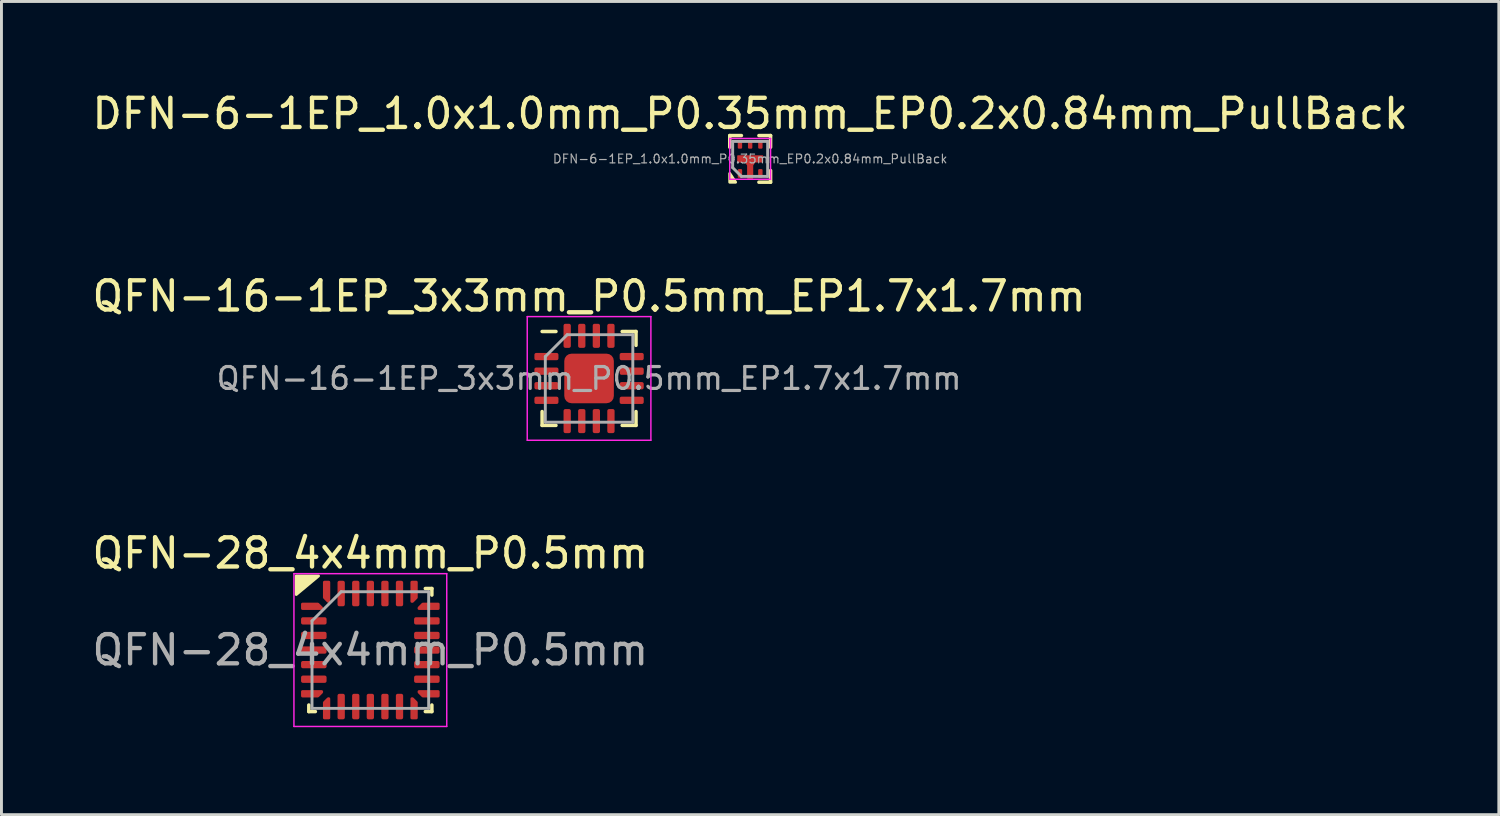
<source format=kicad_pcb>
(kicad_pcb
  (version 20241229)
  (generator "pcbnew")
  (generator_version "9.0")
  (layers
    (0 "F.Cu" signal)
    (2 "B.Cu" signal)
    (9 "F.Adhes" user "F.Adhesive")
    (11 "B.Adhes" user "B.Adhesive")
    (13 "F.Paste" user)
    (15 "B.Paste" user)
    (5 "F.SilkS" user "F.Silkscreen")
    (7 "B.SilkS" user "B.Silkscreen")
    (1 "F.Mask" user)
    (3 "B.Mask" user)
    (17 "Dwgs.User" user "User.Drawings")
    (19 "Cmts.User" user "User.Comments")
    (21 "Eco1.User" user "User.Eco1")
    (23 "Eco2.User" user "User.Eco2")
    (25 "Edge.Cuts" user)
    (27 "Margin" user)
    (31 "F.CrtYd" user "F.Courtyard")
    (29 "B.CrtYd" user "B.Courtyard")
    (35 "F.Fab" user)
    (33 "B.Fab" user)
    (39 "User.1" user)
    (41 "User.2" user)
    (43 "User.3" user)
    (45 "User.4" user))
  (footprint "QFN-28_4x4mm_P0.5mm"
    (layer "F.Cu")
    (at 9.649 19.24)
    (property "Reference" "QFN-28_4x4mm_P0.5mm" (at 0 -3.32 0) (layer "F.SilkS") (effects (font (size 1 1) (thickness 0.15))))
    (attr smd)
    (fp_line (start -2.11 2.11) (end -2.11 1.885) (stroke (width 0.12) (type solid)) (layer "F.SilkS"))
    (fp_line (start -1.885 2.11) (end -2.11 2.11) (stroke (width 0.12) (type solid)) (layer "F.SilkS"))
    (fp_line (start 1.885 -2.11) (end 2.11 -2.11) (stroke (width 0.12) (type solid)) (layer "F.SilkS"))
    (fp_line (start 1.885 2.11) (end 2.11 2.11) (stroke (width 0.12) (type solid)) (layer "F.SilkS"))
    (fp_line (start 2.11 -2.11) (end 2.11 -1.885) (stroke (width 0.12) (type solid)) (layer "F.SilkS"))
    (fp_line (start 2.11 2.11) (end 2.11 1.885) (stroke (width 0.12) (type solid)) (layer "F.SilkS"))
    (fp_poly (pts (xy -2.54 -1.905) (xy -2.54 -2.54) (xy -1.778 -2.54)) (stroke (width 0.1) (type solid)) (fill yes) (layer "F.SilkS"))
    (fp_line (start -2.62 -2.62) (end -2.62 2.62) (stroke (width 0.05) (type solid)) (layer "F.CrtYd"))
    (fp_line (start -2.62 2.62) (end 2.62 2.62) (stroke (width 0.05) (type solid)) (layer "F.CrtYd"))
    (fp_line (start 2.62 -2.62) (end -2.62 -2.62) (stroke (width 0.05) (type solid)) (layer "F.CrtYd"))
    (fp_line (start 2.62 2.62) (end 2.62 -2.62) (stroke (width 0.05) (type solid)) (layer "F.CrtYd"))
    (fp_line (start -2 -1) (end -1 -2) (stroke (width 0.1) (type solid)) (layer "F.Fab"))
    (fp_line (start -2 2) (end -2 -1) (stroke (width 0.1) (type solid)) (layer "F.Fab"))
    (fp_line (start -1 -2) (end 2 -2) (stroke (width 0.1) (type solid)) (layer "F.Fab"))
    (fp_line (start 2 -2) (end 2 2) (stroke (width 0.1) (type solid)) (layer "F.Fab"))
    (fp_line (start 2 2) (end -2 2) (stroke (width 0.1) (type solid)) (layer "F.Fab"))
    (fp_text user "${REFERENCE}" (at 0 0 0) (layer "F.Fab") (effects (font (size 1 1) (thickness 0.15))))
    (pad "1" smd custom (at -1.998 -1.5) (size 0.137 0.137) (layers "F.Cu" "F.Mask" "F.Paste") (options (anchor circle)) (primitives (gr_poly (pts (xy -0.333 -0.08) (xy 0.199 -0.08) (xy 0.333 0.054) (xy 0.333 0.08) (xy -0.333 0.08)) (width 0.09) (fill yes))))
    (pad "2" smd roundrect (at -1.938 -1) (size 0.875 0.25) (layers "F.Cu" "F.Mask" "F.Paste") (roundrect_rratio 0.25))
    (pad "3" smd roundrect (at -1.938 -0.5) (size 0.875 0.25) (layers "F.Cu" "F.Mask" "F.Paste") (roundrect_rratio 0.25))
    (pad "4" smd roundrect (at -1.938 0) (size 0.875 0.25) (layers "F.Cu" "F.Mask" "F.Paste") (roundrect_rratio 0.25))
    (pad "5" smd roundrect (at -1.938 0.5) (size 0.875 0.25) (layers "F.Cu" "F.Mask" "F.Paste") (roundrect_rratio 0.25))
    (pad "6" smd roundrect (at -1.938 1) (size 0.875 0.25) (layers "F.Cu" "F.Mask" "F.Paste") (roundrect_rratio 0.25))
    (pad "7" smd custom (at -1.998 1.5) (size 0.137 0.137) (layers "F.Cu" "F.Mask" "F.Paste") (options (anchor circle)) (primitives (gr_poly (pts (xy -0.333 -0.08) (xy 0.333 -0.08) (xy 0.333 -0.054) (xy 0.199 0.08) (xy -0.333 0.08)) (width 0.09) (fill yes))))
    (pad "8" smd custom (at -1.5 1.998) (size 0.137 0.137) (layers "F.Cu" "F.Mask" "F.Paste") (options (anchor circle)) (primitives (gr_poly (pts (xy -0.08 -0.199) (xy 0.054 -0.333) (xy 0.08 -0.333) (xy 0.08 0.333) (xy -0.08 0.333)) (width 0.09) (fill yes))))
    (pad "9" smd roundrect (at -1 1.938) (size 0.25 0.875) (layers "F.Cu" "F.Mask" "F.Paste") (roundrect_rratio 0.25))
    (pad "10" smd roundrect (at -0.5 1.938) (size 0.25 0.875) (layers "F.Cu" "F.Mask" "F.Paste") (roundrect_rratio 0.25))
    (pad "11" smd roundrect (at 0 1.938) (size 0.25 0.875) (layers "F.Cu" "F.Mask" "F.Paste") (roundrect_rratio 0.25))
    (pad "12" smd roundrect (at 0.5 1.938) (size 0.25 0.875) (layers "F.Cu" "F.Mask" "F.Paste") (roundrect_rratio 0.25))
    (pad "13" smd roundrect (at 1 1.938) (size 0.25 0.875) (layers "F.Cu" "F.Mask" "F.Paste") (roundrect_rratio 0.25))
    (pad "14" smd custom (at 1.5 1.998) (size 0.137 0.137) (layers "F.Cu" "F.Mask" "F.Paste") (options (anchor circle)) (primitives (gr_poly (pts (xy -0.08 -0.333) (xy -0.054 -0.333) (xy 0.08 -0.199) (xy 0.08 0.333) (xy -0.08 0.333)) (width 0.09) (fill yes))))
    (pad "15" smd custom (at 1.998 1.5) (size 0.137 0.137) (layers "F.Cu" "F.Mask" "F.Paste") (options (anchor circle)) (primitives (gr_poly (pts (xy -0.333 -0.08) (xy 0.333 -0.08) (xy 0.333 0.08) (xy -0.199 0.08) (xy -0.333 -0.054)) (width 0.09) (fill yes))))
    (pad "16" smd roundrect (at 1.938 1) (size 0.875 0.25) (layers "F.Cu" "F.Mask" "F.Paste") (roundrect_rratio 0.25))
    (pad "17" smd roundrect (at 1.938 0.5) (size 0.875 0.25) (layers "F.Cu" "F.Mask" "F.Paste") (roundrect_rratio 0.25))
    (pad "18" smd roundrect (at 1.938 0) (size 0.875 0.25) (layers "F.Cu" "F.Mask" "F.Paste") (roundrect_rratio 0.25))
    (pad "19" smd roundrect (at 1.938 -0.5) (size 0.875 0.25) (layers "F.Cu" "F.Mask" "F.Paste") (roundrect_rratio 0.25))
    (pad "20" smd roundrect (at 1.938 -1) (size 0.875 0.25) (layers "F.Cu" "F.Mask" "F.Paste") (roundrect_rratio 0.25))
    (pad "21" smd custom (at 1.998 -1.5) (size 0.137 0.137) (layers "F.Cu" "F.Mask" "F.Paste") (options (anchor circle)) (primitives (gr_poly (pts (xy -0.333 0.054) (xy -0.199 -0.08) (xy 0.333 -0.08) (xy 0.333 0.08) (xy -0.333 0.08)) (width 0.09) (fill yes))))
    (pad "22" smd custom (at 1.5 -1.998) (size 0.137 0.137) (layers "F.Cu" "F.Mask" "F.Paste") (options (anchor circle)) (primitives (gr_poly (pts (xy -0.08 -0.333) (xy 0.08 -0.333) (xy 0.08 0.199) (xy -0.054 0.333) (xy -0.08 0.333)) (width 0.09) (fill yes))))
    (pad "23" smd roundrect (at 1 -1.938) (size 0.25 0.875) (layers "F.Cu" "F.Mask" "F.Paste") (roundrect_rratio 0.25))
    (pad "24" smd roundrect (at 0.5 -1.938) (size 0.25 0.875) (layers "F.Cu" "F.Mask" "F.Paste") (roundrect_rratio 0.25))
    (pad "25" smd roundrect (at 0 -1.938) (size 0.25 0.875) (layers "F.Cu" "F.Mask" "F.Paste") (roundrect_rratio 0.25))
    (pad "26" smd roundrect (at -0.5 -1.938) (size 0.25 0.875) (layers "F.Cu" "F.Mask" "F.Paste") (roundrect_rratio 0.25))
    (pad "27" smd roundrect (at -1 -1.938) (size 0.25 0.875) (layers "F.Cu" "F.Mask" "F.Paste") (roundrect_rratio 0.25))
    (pad "28" smd custom (at -1.5 -1.998) (size 0.137 0.137) (layers "F.Cu" "F.Mask" "F.Paste") (options (anchor circle)) (primitives (gr_poly (pts (xy -0.08 -0.333) (xy 0.08 -0.333) (xy 0.08 0.333) (xy 0.054 0.333) (xy -0.08 0.199)) (width 0.09) (fill yes)))))
  (footprint "QFN-16-1EP_3x3mm_P0.5mm_EP1.7x1.7mm"
    (layer "F.Cu")
    (at 17.149 9.927)
    (property "Reference" "QFN-16-1EP_3x3mm_P0.5mm_EP1.7x1.7mm" (at 0 -2.82 0) (layer "F.SilkS") (effects (font (size 1 1) (thickness 0.15))))
    (attr smd)
    (fp_line (start -1.61 1.61) (end -1.61 1.135) (stroke (width 0.12) (type solid)) (layer "F.SilkS"))
    (fp_line (start -1.135 -1.61) (end -1.61 -1.61) (stroke (width 0.12) (type solid)) (layer "F.SilkS"))
    (fp_line (start -1.135 1.61) (end -1.61 1.61) (stroke (width 0.12) (type solid)) (layer "F.SilkS"))
    (fp_line (start 1.135 -1.61) (end 1.61 -1.61) (stroke (width 0.12) (type solid)) (layer "F.SilkS"))
    (fp_line (start 1.135 1.61) (end 1.61 1.61) (stroke (width 0.12) (type solid)) (layer "F.SilkS"))
    (fp_line (start 1.61 -1.61) (end 1.61 -1.135) (stroke (width 0.12) (type solid)) (layer "F.SilkS"))
    (fp_line (start 1.61 1.61) (end 1.61 1.135) (stroke (width 0.12) (type solid)) (layer "F.SilkS"))
    (fp_line (start -2.12 -2.12) (end -2.12 2.12) (stroke (width 0.05) (type solid)) (layer "F.CrtYd"))
    (fp_line (start -2.12 2.12) (end 2.12 2.12) (stroke (width 0.05) (type solid)) (layer "F.CrtYd"))
    (fp_line (start 2.12 -2.12) (end -2.12 -2.12) (stroke (width 0.05) (type solid)) (layer "F.CrtYd"))
    (fp_line (start 2.12 2.12) (end 2.12 -2.12) (stroke (width 0.05) (type solid)) (layer "F.CrtYd"))
    (fp_line (start -1.5 -0.75) (end -0.75 -1.5) (stroke (width 0.1) (type solid)) (layer "F.Fab"))
    (fp_line (start -1.5 1.5) (end -1.5 -0.75) (stroke (width 0.1) (type solid)) (layer "F.Fab"))
    (fp_line (start -0.75 -1.5) (end 1.5 -1.5) (stroke (width 0.1) (type solid)) (layer "F.Fab"))
    (fp_line (start 1.5 -1.5) (end 1.5 1.5) (stroke (width 0.1) (type solid)) (layer "F.Fab"))
    (fp_line (start 1.5 1.5) (end -1.5 1.5) (stroke (width 0.1) (type solid)) (layer "F.Fab"))
    (fp_text user "${REFERENCE}" (at 0 0 0) (layer "F.Fab") (effects (font (size 0.75 0.75) (thickness 0.11))))
    (pad "" smd roundrect (at -0.425 -0.425) (size 0.69 0.69) (layers "F.Paste") (roundrect_rratio 0.25))
    (pad "" smd roundrect (at -0.425 0.425) (size 0.69 0.69) (layers "F.Paste") (roundrect_rratio 0.25))
    (pad "" smd roundrect (at 0.425 -0.425) (size 0.69 0.69) (layers "F.Paste") (roundrect_rratio 0.25))
    (pad "" smd roundrect (at 0.425 0.425) (size 0.69 0.69) (layers "F.Paste") (roundrect_rratio 0.25))
    (pad "1" smd roundrect (at -1.462 -0.75) (size 0.825 0.25) (layers "F.Cu" "F.Mask" "F.Paste") (roundrect_rratio 0.25))
    (pad "2" smd roundrect (at -1.462 -0.25) (size 0.825 0.25) (layers "F.Cu" "F.Mask" "F.Paste") (roundrect_rratio 0.25))
    (pad "3" smd roundrect (at -1.462 0.25) (size 0.825 0.25) (layers "F.Cu" "F.Mask" "F.Paste") (roundrect_rratio 0.25))
    (pad "4" smd roundrect (at -1.462 0.75) (size 0.825 0.25) (layers "F.Cu" "F.Mask" "F.Paste") (roundrect_rratio 0.25))
    (pad "5" smd roundrect (at -0.75 1.462) (size 0.25 0.825) (layers "F.Cu" "F.Mask" "F.Paste") (roundrect_rratio 0.25))
    (pad "6" smd roundrect (at -0.25 1.462) (size 0.25 0.825) (layers "F.Cu" "F.Mask" "F.Paste") (roundrect_rratio 0.25))
    (pad "7" smd roundrect (at 0.25 1.462) (size 0.25 0.825) (layers "F.Cu" "F.Mask" "F.Paste") (roundrect_rratio 0.25))
    (pad "8" smd roundrect (at 0.75 1.462) (size 0.25 0.825) (layers "F.Cu" "F.Mask" "F.Paste") (roundrect_rratio 0.25))
    (pad "9" smd roundrect (at 1.462 0.75) (size 0.825 0.25) (layers "F.Cu" "F.Mask" "F.Paste") (roundrect_rratio 0.25))
    (pad "10" smd roundrect (at 1.462 0.25) (size 0.825 0.25) (layers "F.Cu" "F.Mask" "F.Paste") (roundrect_rratio 0.25))
    (pad "11" smd roundrect (at 1.462 -0.25) (size 0.825 0.25) (layers "F.Cu" "F.Mask" "F.Paste") (roundrect_rratio 0.25))
    (pad "12" smd roundrect (at 1.462 -0.75) (size 0.825 0.25) (layers "F.Cu" "F.Mask" "F.Paste") (roundrect_rratio 0.25))
    (pad "13" smd roundrect (at 0.75 -1.462) (size 0.25 0.825) (layers "F.Cu" "F.Mask" "F.Paste") (roundrect_rratio 0.25))
    (pad "14" smd roundrect (at 0.25 -1.462) (size 0.25 0.825) (layers "F.Cu" "F.Mask" "F.Paste") (roundrect_rratio 0.25))
    (pad "15" smd roundrect (at -0.25 -1.462) (size 0.25 0.825) (layers "F.Cu" "F.Mask" "F.Paste") (roundrect_rratio 0.25))
    (pad "16" smd roundrect (at -0.75 -1.462) (size 0.25 0.825) (layers "F.Cu" "F.Mask" "F.Paste") (roundrect_rratio 0.25))
    (pad "17" smd roundrect (at 0 0) (size 1.7 1.7) (layers "F.Cu" "F.Mask") (roundrect_rratio 0.147)))
  (footprint "DFN-6-1EP_1.0x1.0mm_P0.35mm_EP0.2x0.84mm_PullBack"
    (layer "F.Cu")
    (at 22.673 2.398)
    (property "Reference" "DFN-6-1EP_1.0x1.0mm_P0.35mm_EP0.2x0.84mm_PullBack" (at 0 -1.55 0) (layer "F.SilkS") (effects (font (size 1 1) (thickness 0.15))))
    (attr smd)
    (fp_line (start -0.7 -0.8) (end -0.7 -0.4) (stroke (width 0.12) (type solid)) (layer "F.SilkS"))
    (fp_line (start -0.3 -0.8) (end -0.7 -0.8) (stroke (width 0.12) (type solid)) (layer "F.SilkS"))
    (fp_line (start 0.3 0.8) (end 0.7 0.8) (stroke (width 0.12) (type solid)) (layer "F.SilkS"))
    (fp_line (start 0.7 -0.8) (end 0.3 -0.8) (stroke (width 0.12) (type solid)) (layer "F.SilkS"))
    (fp_line (start 0.7 -0.4) (end 0.7 -0.8) (stroke (width 0.12) (type solid)) (layer "F.SilkS"))
    (fp_line (start 0.7 0.8) (end 0.7 0.4) (stroke (width 0.12) (type solid)) (layer "F.SilkS"))
    (fp_poly (pts (xy -0.5 0.8) (xy -0.7 0.8) (xy -0.7 0.5)) (stroke (width 0.1) (type solid)) (fill yes) (layer "F.SilkS"))
    (fp_line (start -0.7 -0.7) (end -0.7 0.7) (stroke (width 0.05) (type solid)) (layer "F.CrtYd"))
    (fp_line (start -0.7 0.7) (end 0.7 0.7) (stroke (width 0.05) (type solid)) (layer "F.CrtYd"))
    (fp_line (start 0.7 -0.7) (end -0.7 -0.7) (stroke (width 0.05) (type solid)) (layer "F.CrtYd"))
    (fp_line (start 0.7 0.7) (end 0.7 -0.7) (stroke (width 0.05) (type solid)) (layer "F.CrtYd"))
    (fp_line (start -0.6 -0.6) (end 0.6 -0.6) (stroke (width 0.1) (type solid)) (layer "F.Fab"))
    (fp_line (start -0.6 0.3) (end -0.6 -0.6) (stroke (width 0.1) (type solid)) (layer "F.Fab"))
    (fp_line (start -0.3 0.6) (end -0.6 0.3) (stroke (width 0.1) (type solid)) (layer "F.Fab"))
    (fp_line (start 0.6 -0.6) (end 0.6 0.6) (stroke (width 0.1) (type solid)) (layer "F.Fab"))
    (fp_line (start 0.6 0.6) (end -0.3 0.6) (stroke (width 0.1) (type solid)) (layer "F.Fab"))
    (fp_text user "${REFERENCE}" (at 0 0 180) (layer "F.Fab") (effects (font (size 0.3 0.3) (thickness 0.04))))
    (pad "" smd roundrect (at -0.2 0) (size 0.3 0.15) (layers "F.Paste") (roundrect_rratio 0.25))
    (pad "" smd roundrect (at 0 0.5) (size 0.15 0.3) (layers "F.Paste") (roundrect_rratio 0.25))
    (pad "" smd roundrect (at 0.2 0) (size 0.3 0.15) (layers "F.Paste") (roundrect_rratio 0.25))
    (pad "1" smd roundrect (at -0.35 0.5) (size 0.15 0.3) (layers "F.Cu" "F.Mask" "F.Paste") (roundrect_rratio 0.25))
    (pad "2" smd custom (at 0 0.5) (size 0.15 0.15) (layers "F.Cu" "F.Mask") (options (anchor circle)) (primitives (gr_poly (pts (xy 0.42 -0.4) (xy 0.16 -0.4) (xy 0.08 -0.28) (xy 0.08 0.16) (xy -0.08 0.16) (xy -0.08 -0.28) (xy -0.16 -0.4) (xy -0.42 -0.4) (xy -0.42 -0.6) (xy 0.42 -0.6)) (width 0.05) (fill yes))))
    (pad "3" smd roundrect (at 0.35 0.5) (size 0.15 0.3) (layers "F.Cu" "F.Mask" "F.Paste") (roundrect_rratio 0.25))
    (pad "4" smd roundrect (at 0.35 -0.5) (size 0.15 0.3) (layers "F.Cu" "F.Mask" "F.Paste") (roundrect_rratio 0.25))
    (pad "5" smd roundrect (at 0 -0.5) (size 0.15 0.3) (layers "F.Cu" "F.Mask" "F.Paste") (roundrect_rratio 0.25))
    (pad "6" smd roundrect (at -0.35 -0.5) (size 0.15 0.3) (layers "F.Cu" "F.Mask" "F.Paste") (roundrect_rratio 0.25)))
  (gr_rect
    (start -3 -3)
    (end 48.345 24.885)
    (stroke (width 0.1) (type default))
    (fill no)
    (layer "Edge.Cuts")))
</source>
